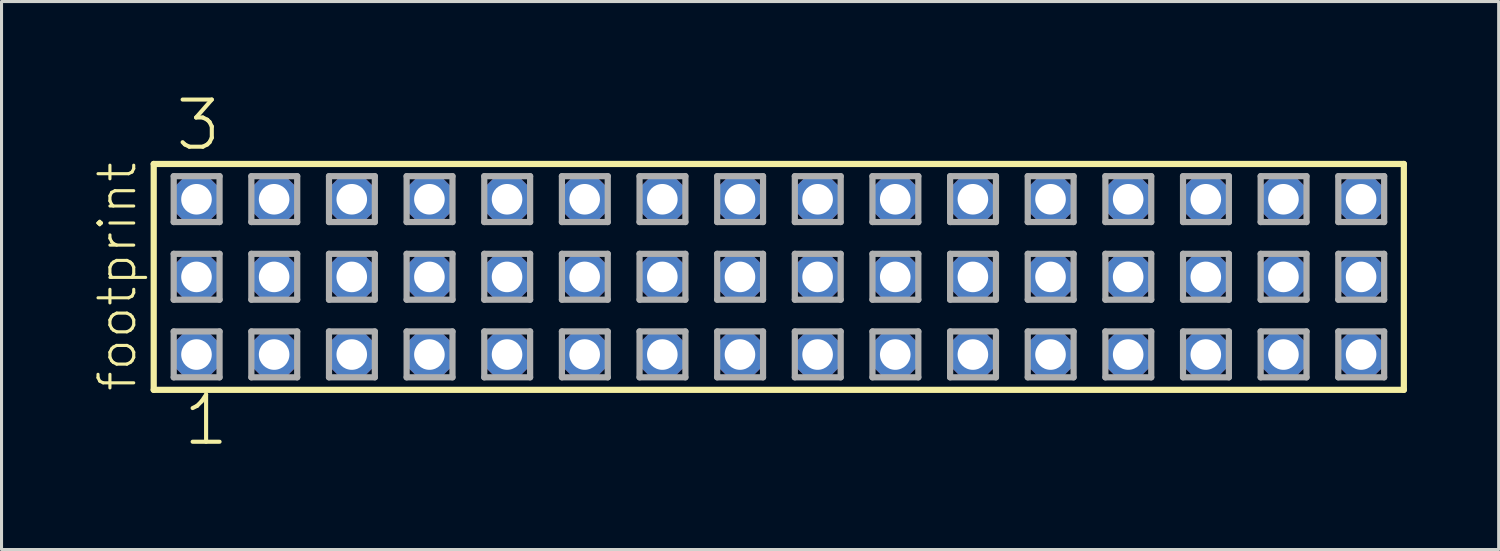
<source format=kicad_pcb>
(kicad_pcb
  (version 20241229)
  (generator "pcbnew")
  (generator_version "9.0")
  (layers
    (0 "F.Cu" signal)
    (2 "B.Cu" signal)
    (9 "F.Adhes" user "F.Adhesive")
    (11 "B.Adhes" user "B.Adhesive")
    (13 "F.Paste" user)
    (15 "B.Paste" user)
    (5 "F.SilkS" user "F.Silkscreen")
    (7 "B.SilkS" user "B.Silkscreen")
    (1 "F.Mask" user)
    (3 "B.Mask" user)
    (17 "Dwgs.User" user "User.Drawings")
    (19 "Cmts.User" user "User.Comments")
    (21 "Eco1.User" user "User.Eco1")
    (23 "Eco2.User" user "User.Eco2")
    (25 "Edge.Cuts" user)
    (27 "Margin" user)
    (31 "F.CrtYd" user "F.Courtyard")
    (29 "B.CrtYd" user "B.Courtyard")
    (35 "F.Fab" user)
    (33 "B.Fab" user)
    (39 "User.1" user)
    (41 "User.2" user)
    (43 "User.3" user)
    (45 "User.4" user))
  (footprint "footprint"
    (layer "F.Cu")
    (at 22.428 6.009)
    (property "Reference" "footprint" (at -20.955 3.81 90) (layer "F.SilkS") (effects (font (size 1.168 1.168) (thickness 0.102)) (justify left bottom)))
    (fp_line (start -20.449 -3.695) (end 20.449 -3.695) (stroke (width 0.203) (type solid)) (layer "F.SilkS"))
    (fp_line (start -20.449 3.695) (end -20.449 -3.695) (stroke (width 0.203) (type solid)) (layer "F.SilkS"))
    (fp_line (start 20.449 -3.695) (end 20.449 3.695) (stroke (width 0.203) (type solid)) (layer "F.SilkS"))
    (fp_line (start 20.449 3.695) (end -20.449 3.695) (stroke (width 0.203) (type solid)) (layer "F.SilkS"))
    (fp_line (start -19.795 -3.295) (end -18.295 -3.295) (stroke (width 0.203) (type solid)) (layer "F.Fab"))
    (fp_line (start -19.795 -1.795) (end -19.795 -3.295) (stroke (width 0.203) (type solid)) (layer "F.Fab"))
    (fp_line (start -19.795 -0.755) (end -18.295 -0.755) (stroke (width 0.203) (type solid)) (layer "F.Fab"))
    (fp_line (start -19.795 0.745) (end -19.795 -0.755) (stroke (width 0.203) (type solid)) (layer "F.Fab"))
    (fp_line (start -19.795 1.785) (end -18.295 1.785) (stroke (width 0.203) (type solid)) (layer "F.Fab"))
    (fp_line (start -19.795 3.285) (end -19.795 1.785) (stroke (width 0.203) (type solid)) (layer "F.Fab"))
    (fp_line (start -18.295 -3.295) (end -18.295 -1.795) (stroke (width 0.203) (type solid)) (layer "F.Fab"))
    (fp_line (start -18.295 -1.795) (end -19.795 -1.795) (stroke (width 0.203) (type solid)) (layer "F.Fab"))
    (fp_line (start -18.295 -0.755) (end -18.295 0.745) (stroke (width 0.203) (type solid)) (layer "F.Fab"))
    (fp_line (start -18.295 0.745) (end -19.795 0.745) (stroke (width 0.203) (type solid)) (layer "F.Fab"))
    (fp_line (start -18.295 1.785) (end -18.295 3.285) (stroke (width 0.203) (type solid)) (layer "F.Fab"))
    (fp_line (start -18.295 3.285) (end -19.795 3.285) (stroke (width 0.203) (type solid)) (layer "F.Fab"))
    (fp_line (start -17.255 -3.295) (end -15.755 -3.295) (stroke (width 0.203) (type solid)) (layer "F.Fab"))
    (fp_line (start -17.255 -1.795) (end -17.255 -3.295) (stroke (width 0.203) (type solid)) (layer "F.Fab"))
    (fp_line (start -17.255 -0.755) (end -15.755 -0.755) (stroke (width 0.203) (type solid)) (layer "F.Fab"))
    (fp_line (start -17.255 0.745) (end -17.255 -0.755) (stroke (width 0.203) (type solid)) (layer "F.Fab"))
    (fp_line (start -17.255 1.785) (end -15.755 1.785) (stroke (width 0.203) (type solid)) (layer "F.Fab"))
    (fp_line (start -17.255 3.285) (end -17.255 1.785) (stroke (width 0.203) (type solid)) (layer "F.Fab"))
    (fp_line (start -15.755 -3.295) (end -15.755 -1.795) (stroke (width 0.203) (type solid)) (layer "F.Fab"))
    (fp_line (start -15.755 -1.795) (end -17.255 -1.795) (stroke (width 0.203) (type solid)) (layer "F.Fab"))
    (fp_line (start -15.755 -0.755) (end -15.755 0.745) (stroke (width 0.203) (type solid)) (layer "F.Fab"))
    (fp_line (start -15.755 0.745) (end -17.255 0.745) (stroke (width 0.203) (type solid)) (layer "F.Fab"))
    (fp_line (start -15.755 1.785) (end -15.755 3.285) (stroke (width 0.203) (type solid)) (layer "F.Fab"))
    (fp_line (start -15.755 3.285) (end -17.255 3.285) (stroke (width 0.203) (type solid)) (layer "F.Fab"))
    (fp_line (start -14.715 -3.295) (end -13.215 -3.295) (stroke (width 0.203) (type solid)) (layer "F.Fab"))
    (fp_line (start -14.715 -1.795) (end -14.715 -3.295) (stroke (width 0.203) (type solid)) (layer "F.Fab"))
    (fp_line (start -14.715 -0.755) (end -13.215 -0.755) (stroke (width 0.203) (type solid)) (layer "F.Fab"))
    (fp_line (start -14.715 0.745) (end -14.715 -0.755) (stroke (width 0.203) (type solid)) (layer "F.Fab"))
    (fp_line (start -14.715 1.785) (end -13.215 1.785) (stroke (width 0.203) (type solid)) (layer "F.Fab"))
    (fp_line (start -14.715 3.285) (end -14.715 1.785) (stroke (width 0.203) (type solid)) (layer "F.Fab"))
    (fp_line (start -13.215 -3.295) (end -13.215 -1.795) (stroke (width 0.203) (type solid)) (layer "F.Fab"))
    (fp_line (start -13.215 -1.795) (end -14.715 -1.795) (stroke (width 0.203) (type solid)) (layer "F.Fab"))
    (fp_line (start -13.215 -0.755) (end -13.215 0.745) (stroke (width 0.203) (type solid)) (layer "F.Fab"))
    (fp_line (start -13.215 0.745) (end -14.715 0.745) (stroke (width 0.203) (type solid)) (layer "F.Fab"))
    (fp_line (start -13.215 1.785) (end -13.215 3.285) (stroke (width 0.203) (type solid)) (layer "F.Fab"))
    (fp_line (start -13.215 3.285) (end -14.715 3.285) (stroke (width 0.203) (type solid)) (layer "F.Fab"))
    (fp_line (start -12.175 -3.295) (end -10.675 -3.295) (stroke (width 0.203) (type solid)) (layer "F.Fab"))
    (fp_line (start -12.175 -1.795) (end -12.175 -3.295) (stroke (width 0.203) (type solid)) (layer "F.Fab"))
    (fp_line (start -12.175 -0.755) (end -10.675 -0.755) (stroke (width 0.203) (type solid)) (layer "F.Fab"))
    (fp_line (start -12.175 0.745) (end -12.175 -0.755) (stroke (width 0.203) (type solid)) (layer "F.Fab"))
    (fp_line (start -12.175 1.785) (end -10.675 1.785) (stroke (width 0.203) (type solid)) (layer "F.Fab"))
    (fp_line (start -12.175 3.285) (end -12.175 1.785) (stroke (width 0.203) (type solid)) (layer "F.Fab"))
    (fp_line (start -10.675 -3.295) (end -10.675 -1.795) (stroke (width 0.203) (type solid)) (layer "F.Fab"))
    (fp_line (start -10.675 -1.795) (end -12.175 -1.795) (stroke (width 0.203) (type solid)) (layer "F.Fab"))
    (fp_line (start -10.675 -0.755) (end -10.675 0.745) (stroke (width 0.203) (type solid)) (layer "F.Fab"))
    (fp_line (start -10.675 0.745) (end -12.175 0.745) (stroke (width 0.203) (type solid)) (layer "F.Fab"))
    (fp_line (start -10.675 1.785) (end -10.675 3.285) (stroke (width 0.203) (type solid)) (layer "F.Fab"))
    (fp_line (start -10.675 3.285) (end -12.175 3.285) (stroke (width 0.203) (type solid)) (layer "F.Fab"))
    (fp_line (start -9.635 -3.295) (end -8.135 -3.295) (stroke (width 0.203) (type solid)) (layer "F.Fab"))
    (fp_line (start -9.635 -1.795) (end -9.635 -3.295) (stroke (width 0.203) (type solid)) (layer "F.Fab"))
    (fp_line (start -9.635 -0.755) (end -8.135 -0.755) (stroke (width 0.203) (type solid)) (layer "F.Fab"))
    (fp_line (start -9.635 0.745) (end -9.635 -0.755) (stroke (width 0.203) (type solid)) (layer "F.Fab"))
    (fp_line (start -9.635 1.785) (end -8.135 1.785) (stroke (width 0.203) (type solid)) (layer "F.Fab"))
    (fp_line (start -9.635 3.285) (end -9.635 1.785) (stroke (width 0.203) (type solid)) (layer "F.Fab"))
    (fp_line (start -8.135 -3.295) (end -8.135 -1.795) (stroke (width 0.203) (type solid)) (layer "F.Fab"))
    (fp_line (start -8.135 -1.795) (end -9.635 -1.795) (stroke (width 0.203) (type solid)) (layer "F.Fab"))
    (fp_line (start -8.135 -0.755) (end -8.135 0.745) (stroke (width 0.203) (type solid)) (layer "F.Fab"))
    (fp_line (start -8.135 0.745) (end -9.635 0.745) (stroke (width 0.203) (type solid)) (layer "F.Fab"))
    (fp_line (start -8.135 1.785) (end -8.135 3.285) (stroke (width 0.203) (type solid)) (layer "F.Fab"))
    (fp_line (start -8.135 3.285) (end -9.635 3.285) (stroke (width 0.203) (type solid)) (layer "F.Fab"))
    (fp_line (start -7.095 -3.295) (end -5.595 -3.295) (stroke (width 0.203) (type solid)) (layer "F.Fab"))
    (fp_line (start -7.095 -1.795) (end -7.095 -3.295) (stroke (width 0.203) (type solid)) (layer "F.Fab"))
    (fp_line (start -7.095 -0.755) (end -5.595 -0.755) (stroke (width 0.203) (type solid)) (layer "F.Fab"))
    (fp_line (start -7.095 0.745) (end -7.095 -0.755) (stroke (width 0.203) (type solid)) (layer "F.Fab"))
    (fp_line (start -7.095 1.785) (end -5.595 1.785) (stroke (width 0.203) (type solid)) (layer "F.Fab"))
    (fp_line (start -7.095 3.285) (end -7.095 1.785) (stroke (width 0.203) (type solid)) (layer "F.Fab"))
    (fp_line (start -5.595 -3.295) (end -5.595 -1.795) (stroke (width 0.203) (type solid)) (layer "F.Fab"))
    (fp_line (start -5.595 -1.795) (end -7.095 -1.795) (stroke (width 0.203) (type solid)) (layer "F.Fab"))
    (fp_line (start -5.595 -0.755) (end -5.595 0.745) (stroke (width 0.203) (type solid)) (layer "F.Fab"))
    (fp_line (start -5.595 0.745) (end -7.095 0.745) (stroke (width 0.203) (type solid)) (layer "F.Fab"))
    (fp_line (start -5.595 1.785) (end -5.595 3.285) (stroke (width 0.203) (type solid)) (layer "F.Fab"))
    (fp_line (start -5.595 3.285) (end -7.095 3.285) (stroke (width 0.203) (type solid)) (layer "F.Fab"))
    (fp_line (start -4.555 -3.295) (end -3.055 -3.295) (stroke (width 0.203) (type solid)) (layer "F.Fab"))
    (fp_line (start -4.555 -1.795) (end -4.555 -3.295) (stroke (width 0.203) (type solid)) (layer "F.Fab"))
    (fp_line (start -4.555 -0.755) (end -3.055 -0.755) (stroke (width 0.203) (type solid)) (layer "F.Fab"))
    (fp_line (start -4.555 0.745) (end -4.555 -0.755) (stroke (width 0.203) (type solid)) (layer "F.Fab"))
    (fp_line (start -4.555 1.785) (end -3.055 1.785) (stroke (width 0.203) (type solid)) (layer "F.Fab"))
    (fp_line (start -4.555 3.285) (end -4.555 1.785) (stroke (width 0.203) (type solid)) (layer "F.Fab"))
    (fp_line (start -3.055 -3.295) (end -3.055 -1.795) (stroke (width 0.203) (type solid)) (layer "F.Fab"))
    (fp_line (start -3.055 -1.795) (end -4.555 -1.795) (stroke (width 0.203) (type solid)) (layer "F.Fab"))
    (fp_line (start -3.055 -0.755) (end -3.055 0.745) (stroke (width 0.203) (type solid)) (layer "F.Fab"))
    (fp_line (start -3.055 0.745) (end -4.555 0.745) (stroke (width 0.203) (type solid)) (layer "F.Fab"))
    (fp_line (start -3.055 1.785) (end -3.055 3.285) (stroke (width 0.203) (type solid)) (layer "F.Fab"))
    (fp_line (start -3.055 3.285) (end -4.555 3.285) (stroke (width 0.203) (type solid)) (layer "F.Fab"))
    (fp_line (start -2.015 -3.295) (end -0.515 -3.295) (stroke (width 0.203) (type solid)) (layer "F.Fab"))
    (fp_line (start -2.015 -1.795) (end -2.015 -3.295) (stroke (width 0.203) (type solid)) (layer "F.Fab"))
    (fp_line (start -2.015 -0.755) (end -0.515 -0.755) (stroke (width 0.203) (type solid)) (layer "F.Fab"))
    (fp_line (start -2.015 0.745) (end -2.015 -0.755) (stroke (width 0.203) (type solid)) (layer "F.Fab"))
    (fp_line (start -2.015 1.785) (end -0.515 1.785) (stroke (width 0.203) (type solid)) (layer "F.Fab"))
    (fp_line (start -2.015 3.285) (end -2.015 1.785) (stroke (width 0.203) (type solid)) (layer "F.Fab"))
    (fp_line (start -0.515 -3.295) (end -0.515 -1.795) (stroke (width 0.203) (type solid)) (layer "F.Fab"))
    (fp_line (start -0.515 -1.795) (end -2.015 -1.795) (stroke (width 0.203) (type solid)) (layer "F.Fab"))
    (fp_line (start -0.515 -0.755) (end -0.515 0.745) (stroke (width 0.203) (type solid)) (layer "F.Fab"))
    (fp_line (start -0.515 0.745) (end -2.015 0.745) (stroke (width 0.203) (type solid)) (layer "F.Fab"))
    (fp_line (start -0.515 1.785) (end -0.515 3.285) (stroke (width 0.203) (type solid)) (layer "F.Fab"))
    (fp_line (start -0.515 3.285) (end -2.015 3.285) (stroke (width 0.203) (type solid)) (layer "F.Fab"))
    (fp_line (start 0.525 -3.295) (end 2.025 -3.295) (stroke (width 0.203) (type solid)) (layer "F.Fab"))
    (fp_line (start 0.525 -1.795) (end 0.525 -3.295) (stroke (width 0.203) (type solid)) (layer "F.Fab"))
    (fp_line (start 0.525 -0.755) (end 2.025 -0.755) (stroke (width 0.203) (type solid)) (layer "F.Fab"))
    (fp_line (start 0.525 0.745) (end 0.525 -0.755) (stroke (width 0.203) (type solid)) (layer "F.Fab"))
    (fp_line (start 0.525 1.785) (end 2.025 1.785) (stroke (width 0.203) (type solid)) (layer "F.Fab"))
    (fp_line (start 0.525 3.285) (end 0.525 1.785) (stroke (width 0.203) (type solid)) (layer "F.Fab"))
    (fp_line (start 2.025 -3.295) (end 2.025 -1.795) (stroke (width 0.203) (type solid)) (layer "F.Fab"))
    (fp_line (start 2.025 -1.795) (end 0.525 -1.795) (stroke (width 0.203) (type solid)) (layer "F.Fab"))
    (fp_line (start 2.025 -0.755) (end 2.025 0.745) (stroke (width 0.203) (type solid)) (layer "F.Fab"))
    (fp_line (start 2.025 0.745) (end 0.525 0.745) (stroke (width 0.203) (type solid)) (layer "F.Fab"))
    (fp_line (start 2.025 1.785) (end 2.025 3.285) (stroke (width 0.203) (type solid)) (layer "F.Fab"))
    (fp_line (start 2.025 3.285) (end 0.525 3.285) (stroke (width 0.203) (type solid)) (layer "F.Fab"))
    (fp_line (start 3.065 -3.295) (end 4.565 -3.295) (stroke (width 0.203) (type solid)) (layer "F.Fab"))
    (fp_line (start 3.065 -1.795) (end 3.065 -3.295) (stroke (width 0.203) (type solid)) (layer "F.Fab"))
    (fp_line (start 3.065 -0.755) (end 4.565 -0.755) (stroke (width 0.203) (type solid)) (layer "F.Fab"))
    (fp_line (start 3.065 0.745) (end 3.065 -0.755) (stroke (width 0.203) (type solid)) (layer "F.Fab"))
    (fp_line (start 3.065 1.785) (end 4.565 1.785) (stroke (width 0.203) (type solid)) (layer "F.Fab"))
    (fp_line (start 3.065 3.285) (end 3.065 1.785) (stroke (width 0.203) (type solid)) (layer "F.Fab"))
    (fp_line (start 4.565 -3.295) (end 4.565 -1.795) (stroke (width 0.203) (type solid)) (layer "F.Fab"))
    (fp_line (start 4.565 -1.795) (end 3.065 -1.795) (stroke (width 0.203) (type solid)) (layer "F.Fab"))
    (fp_line (start 4.565 -0.755) (end 4.565 0.745) (stroke (width 0.203) (type solid)) (layer "F.Fab"))
    (fp_line (start 4.565 0.745) (end 3.065 0.745) (stroke (width 0.203) (type solid)) (layer "F.Fab"))
    (fp_line (start 4.565 1.785) (end 4.565 3.285) (stroke (width 0.203) (type solid)) (layer "F.Fab"))
    (fp_line (start 4.565 3.285) (end 3.065 3.285) (stroke (width 0.203) (type solid)) (layer "F.Fab"))
    (fp_line (start 5.605 -3.295) (end 7.105 -3.295) (stroke (width 0.203) (type solid)) (layer "F.Fab"))
    (fp_line (start 5.605 -1.795) (end 5.605 -3.295) (stroke (width 0.203) (type solid)) (layer "F.Fab"))
    (fp_line (start 5.605 -0.755) (end 7.105 -0.755) (stroke (width 0.203) (type solid)) (layer "F.Fab"))
    (fp_line (start 5.605 0.745) (end 5.605 -0.755) (stroke (width 0.203) (type solid)) (layer "F.Fab"))
    (fp_line (start 5.605 1.785) (end 7.105 1.785) (stroke (width 0.203) (type solid)) (layer "F.Fab"))
    (fp_line (start 5.605 3.285) (end 5.605 1.785) (stroke (width 0.203) (type solid)) (layer "F.Fab"))
    (fp_line (start 7.105 -3.295) (end 7.105 -1.795) (stroke (width 0.203) (type solid)) (layer "F.Fab"))
    (fp_line (start 7.105 -1.795) (end 5.605 -1.795) (stroke (width 0.203) (type solid)) (layer "F.Fab"))
    (fp_line (start 7.105 -0.755) (end 7.105 0.745) (stroke (width 0.203) (type solid)) (layer "F.Fab"))
    (fp_line (start 7.105 0.745) (end 5.605 0.745) (stroke (width 0.203) (type solid)) (layer "F.Fab"))
    (fp_line (start 7.105 1.785) (end 7.105 3.285) (stroke (width 0.203) (type solid)) (layer "F.Fab"))
    (fp_line (start 7.105 3.285) (end 5.605 3.285) (stroke (width 0.203) (type solid)) (layer "F.Fab"))
    (fp_line (start 8.145 -3.295) (end 9.645 -3.295) (stroke (width 0.203) (type solid)) (layer "F.Fab"))
    (fp_line (start 8.145 -1.795) (end 8.145 -3.295) (stroke (width 0.203) (type solid)) (layer "F.Fab"))
    (fp_line (start 8.145 -0.755) (end 9.645 -0.755) (stroke (width 0.203) (type solid)) (layer "F.Fab"))
    (fp_line (start 8.145 0.745) (end 8.145 -0.755) (stroke (width 0.203) (type solid)) (layer "F.Fab"))
    (fp_line (start 8.145 1.785) (end 9.645 1.785) (stroke (width 0.203) (type solid)) (layer "F.Fab"))
    (fp_line (start 8.145 3.285) (end 8.145 1.785) (stroke (width 0.203) (type solid)) (layer "F.Fab"))
    (fp_line (start 9.645 -3.295) (end 9.645 -1.795) (stroke (width 0.203) (type solid)) (layer "F.Fab"))
    (fp_line (start 9.645 -1.795) (end 8.145 -1.795) (stroke (width 0.203) (type solid)) (layer "F.Fab"))
    (fp_line (start 9.645 -0.755) (end 9.645 0.745) (stroke (width 0.203) (type solid)) (layer "F.Fab"))
    (fp_line (start 9.645 0.745) (end 8.145 0.745) (stroke (width 0.203) (type solid)) (layer "F.Fab"))
    (fp_line (start 9.645 1.785) (end 9.645 3.285) (stroke (width 0.203) (type solid)) (layer "F.Fab"))
    (fp_line (start 9.645 3.285) (end 8.145 3.285) (stroke (width 0.203) (type solid)) (layer "F.Fab"))
    (fp_line (start 10.685 -3.295) (end 12.185 -3.295) (stroke (width 0.203) (type solid)) (layer "F.Fab"))
    (fp_line (start 10.685 -1.795) (end 10.685 -3.295) (stroke (width 0.203) (type solid)) (layer "F.Fab"))
    (fp_line (start 10.685 -0.755) (end 12.185 -0.755) (stroke (width 0.203) (type solid)) (layer "F.Fab"))
    (fp_line (start 10.685 0.745) (end 10.685 -0.755) (stroke (width 0.203) (type solid)) (layer "F.Fab"))
    (fp_line (start 10.685 1.785) (end 12.185 1.785) (stroke (width 0.203) (type solid)) (layer "F.Fab"))
    (fp_line (start 10.685 3.285) (end 10.685 1.785) (stroke (width 0.203) (type solid)) (layer "F.Fab"))
    (fp_line (start 12.185 -3.295) (end 12.185 -1.795) (stroke (width 0.203) (type solid)) (layer "F.Fab"))
    (fp_line (start 12.185 -1.795) (end 10.685 -1.795) (stroke (width 0.203) (type solid)) (layer "F.Fab"))
    (fp_line (start 12.185 -0.755) (end 12.185 0.745) (stroke (width 0.203) (type solid)) (layer "F.Fab"))
    (fp_line (start 12.185 0.745) (end 10.685 0.745) (stroke (width 0.203) (type solid)) (layer "F.Fab"))
    (fp_line (start 12.185 1.785) (end 12.185 3.285) (stroke (width 0.203) (type solid)) (layer "F.Fab"))
    (fp_line (start 12.185 3.285) (end 10.685 3.285) (stroke (width 0.203) (type solid)) (layer "F.Fab"))
    (fp_line (start 13.225 -3.295) (end 14.725 -3.295) (stroke (width 0.203) (type solid)) (layer "F.Fab"))
    (fp_line (start 13.225 -1.795) (end 13.225 -3.295) (stroke (width 0.203) (type solid)) (layer "F.Fab"))
    (fp_line (start 13.225 -0.755) (end 14.725 -0.755) (stroke (width 0.203) (type solid)) (layer "F.Fab"))
    (fp_line (start 13.225 0.745) (end 13.225 -0.755) (stroke (width 0.203) (type solid)) (layer "F.Fab"))
    (fp_line (start 13.225 1.785) (end 14.725 1.785) (stroke (width 0.203) (type solid)) (layer "F.Fab"))
    (fp_line (start 13.225 3.285) (end 13.225 1.785) (stroke (width 0.203) (type solid)) (layer "F.Fab"))
    (fp_line (start 14.725 -3.295) (end 14.725 -1.795) (stroke (width 0.203) (type solid)) (layer "F.Fab"))
    (fp_line (start 14.725 -1.795) (end 13.225 -1.795) (stroke (width 0.203) (type solid)) (layer "F.Fab"))
    (fp_line (start 14.725 -0.755) (end 14.725 0.745) (stroke (width 0.203) (type solid)) (layer "F.Fab"))
    (fp_line (start 14.725 0.745) (end 13.225 0.745) (stroke (width 0.203) (type solid)) (layer "F.Fab"))
    (fp_line (start 14.725 1.785) (end 14.725 3.285) (stroke (width 0.203) (type solid)) (layer "F.Fab"))
    (fp_line (start 14.725 3.285) (end 13.225 3.285) (stroke (width 0.203) (type solid)) (layer "F.Fab"))
    (fp_line (start 15.765 -3.295) (end 17.265 -3.295) (stroke (width 0.203) (type solid)) (layer "F.Fab"))
    (fp_line (start 15.765 -1.795) (end 15.765 -3.295) (stroke (width 0.203) (type solid)) (layer "F.Fab"))
    (fp_line (start 15.765 -0.755) (end 17.265 -0.755) (stroke (width 0.203) (type solid)) (layer "F.Fab"))
    (fp_line (start 15.765 0.745) (end 15.765 -0.755) (stroke (width 0.203) (type solid)) (layer "F.Fab"))
    (fp_line (start 15.765 1.785) (end 17.265 1.785) (stroke (width 0.203) (type solid)) (layer "F.Fab"))
    (fp_line (start 15.765 3.285) (end 15.765 1.785) (stroke (width 0.203) (type solid)) (layer "F.Fab"))
    (fp_line (start 17.265 -3.295) (end 17.265 -1.795) (stroke (width 0.203) (type solid)) (layer "F.Fab"))
    (fp_line (start 17.265 -1.795) (end 15.765 -1.795) (stroke (width 0.203) (type solid)) (layer "F.Fab"))
    (fp_line (start 17.265 -0.755) (end 17.265 0.745) (stroke (width 0.203) (type solid)) (layer "F.Fab"))
    (fp_line (start 17.265 0.745) (end 15.765 0.745) (stroke (width 0.203) (type solid)) (layer "F.Fab"))
    (fp_line (start 17.265 1.785) (end 17.265 3.285) (stroke (width 0.203) (type solid)) (layer "F.Fab"))
    (fp_line (start 17.265 3.285) (end 15.765 3.285) (stroke (width 0.203) (type solid)) (layer "F.Fab"))
    (fp_line (start 18.305 -3.295) (end 19.805 -3.295) (stroke (width 0.203) (type solid)) (layer "F.Fab"))
    (fp_line (start 18.305 -1.795) (end 18.305 -3.295) (stroke (width 0.203) (type solid)) (layer "F.Fab"))
    (fp_line (start 18.305 -0.755) (end 19.805 -0.755) (stroke (width 0.203) (type solid)) (layer "F.Fab"))
    (fp_line (start 18.305 0.745) (end 18.305 -0.755) (stroke (width 0.203) (type solid)) (layer "F.Fab"))
    (fp_line (start 18.305 1.785) (end 19.805 1.785) (stroke (width 0.203) (type solid)) (layer "F.Fab"))
    (fp_line (start 18.305 3.285) (end 18.305 1.785) (stroke (width 0.203) (type solid)) (layer "F.Fab"))
    (fp_line (start 19.805 -3.295) (end 19.805 -1.795) (stroke (width 0.203) (type solid)) (layer "F.Fab"))
    (fp_line (start 19.805 -1.795) (end 18.305 -1.795) (stroke (width 0.203) (type solid)) (layer "F.Fab"))
    (fp_line (start 19.805 -0.755) (end 19.805 0.745) (stroke (width 0.203) (type solid)) (layer "F.Fab"))
    (fp_line (start 19.805 0.745) (end 18.305 0.745) (stroke (width 0.203) (type solid)) (layer "F.Fab"))
    (fp_line (start 19.805 1.785) (end 19.805 3.285) (stroke (width 0.203) (type solid)) (layer "F.Fab"))
    (fp_line (start 19.805 3.285) (end 18.305 3.285) (stroke (width 0.203) (type solid)) (layer "F.Fab"))
    (fp_text user "3" (at -19.812 -4.064 0) (layer "F.SilkS") (effects (font (size 1.542 1.542) (thickness 0.134)) (justify left bottom)))
    (fp_text user "1" (at -19.558 5.588 0) (layer "F.SilkS") (effects (font (size 1.542 1.542) (thickness 0.134)) (justify left bottom)))
    (pad "1" thru_hole roundrect (at -19.05 2.54) (size 1.5 1.5) (drill 1) (layers "*.Cu" "*.Mask") (roundrect_rratio 0.25) (chamfer_ratio 0.25) (chamfer top_left top_right bottom_left bottom_right))
    (pad "2" thru_hole roundrect (at -19.05 0) (size 1.5 1.5) (drill 1) (layers "*.Cu" "*.Mask") (roundrect_rratio 0.25) (chamfer_ratio 0.25) (chamfer top_left top_right bottom_left bottom_right))
    (pad "3" thru_hole roundrect (at -19.05 -2.54) (size 1.5 1.5) (drill 1) (layers "*.Cu" "*.Mask") (roundrect_rratio 0.25) (chamfer_ratio 0.25) (chamfer top_left top_right bottom_left bottom_right))
    (pad "4" thru_hole roundrect (at -16.51 2.54) (size 1.5 1.5) (drill 1) (layers "*.Cu" "*.Mask") (roundrect_rratio 0.25) (chamfer_ratio 0.25) (chamfer top_left top_right bottom_left bottom_right))
    (pad "5" thru_hole roundrect (at -16.51 0) (size 1.5 1.5) (drill 1) (layers "*.Cu" "*.Mask") (roundrect_rratio 0.25) (chamfer_ratio 0.25) (chamfer top_left top_right bottom_left bottom_right))
    (pad "6" thru_hole roundrect (at -16.51 -2.54) (size 1.5 1.5) (drill 1) (layers "*.Cu" "*.Mask") (roundrect_rratio 0.25) (chamfer_ratio 0.25) (chamfer top_left top_right bottom_left bottom_right))
    (pad "7" thru_hole roundrect (at -13.97 2.54) (size 1.5 1.5) (drill 1) (layers "*.Cu" "*.Mask") (roundrect_rratio 0.25) (chamfer_ratio 0.25) (chamfer top_left top_right bottom_left bottom_right))
    (pad "8" thru_hole roundrect (at -13.97 0) (size 1.5 1.5) (drill 1) (layers "*.Cu" "*.Mask") (roundrect_rratio 0.25) (chamfer_ratio 0.25) (chamfer top_left top_right bottom_left bottom_right))
    (pad "9" thru_hole roundrect (at -13.97 -2.54) (size 1.5 1.5) (drill 1) (layers "*.Cu" "*.Mask") (roundrect_rratio 0.25) (chamfer_ratio 0.25) (chamfer top_left top_right bottom_left bottom_right))
    (pad "10" thru_hole roundrect (at -11.43 2.54) (size 1.5 1.5) (drill 1) (layers "*.Cu" "*.Mask") (roundrect_rratio 0.25) (chamfer_ratio 0.25) (chamfer top_left top_right bottom_left bottom_right))
    (pad "11" thru_hole roundrect (at -11.43 0) (size 1.5 1.5) (drill 1) (layers "*.Cu" "*.Mask") (roundrect_rratio 0.25) (chamfer_ratio 0.25) (chamfer top_left top_right bottom_left bottom_right))
    (pad "12" thru_hole roundrect (at -11.43 -2.54) (size 1.5 1.5) (drill 1) (layers "*.Cu" "*.Mask") (roundrect_rratio 0.25) (chamfer_ratio 0.25) (chamfer top_left top_right bottom_left bottom_right))
    (pad "13" thru_hole roundrect (at -8.89 2.54) (size 1.5 1.5) (drill 1) (layers "*.Cu" "*.Mask") (roundrect_rratio 0.25) (chamfer_ratio 0.25) (chamfer top_left top_right bottom_left bottom_right))
    (pad "14" thru_hole roundrect (at -8.89 0) (size 1.5 1.5) (drill 1) (layers "*.Cu" "*.Mask") (roundrect_rratio 0.25) (chamfer_ratio 0.25) (chamfer top_left top_right bottom_left bottom_right))
    (pad "15" thru_hole roundrect (at -8.89 -2.54) (size 1.5 1.5) (drill 1) (layers "*.Cu" "*.Mask") (roundrect_rratio 0.25) (chamfer_ratio 0.25) (chamfer top_left top_right bottom_left bottom_right))
    (pad "16" thru_hole roundrect (at -6.35 2.54) (size 1.5 1.5) (drill 1) (layers "*.Cu" "*.Mask") (roundrect_rratio 0.25) (chamfer_ratio 0.25) (chamfer top_left top_right bottom_left bottom_right))
    (pad "17" thru_hole roundrect (at -6.35 0) (size 1.5 1.5) (drill 1) (layers "*.Cu" "*.Mask") (roundrect_rratio 0.25) (chamfer_ratio 0.25) (chamfer top_left top_right bottom_left bottom_right))
    (pad "18" thru_hole roundrect (at -6.35 -2.54) (size 1.5 1.5) (drill 1) (layers "*.Cu" "*.Mask") (roundrect_rratio 0.25) (chamfer_ratio 0.25) (chamfer top_left top_right bottom_left bottom_right))
    (pad "19" thru_hole roundrect (at -3.81 2.54) (size 1.5 1.5) (drill 1) (layers "*.Cu" "*.Mask") (roundrect_rratio 0.25) (chamfer_ratio 0.25) (chamfer top_left top_right bottom_left bottom_right))
    (pad "20" thru_hole roundrect (at -3.81 0) (size 1.5 1.5) (drill 1) (layers "*.Cu" "*.Mask") (roundrect_rratio 0.25) (chamfer_ratio 0.25) (chamfer top_left top_right bottom_left bottom_right))
    (pad "21" thru_hole roundrect (at -3.81 -2.54) (size 1.5 1.5) (drill 1) (layers "*.Cu" "*.Mask") (roundrect_rratio 0.25) (chamfer_ratio 0.25) (chamfer top_left top_right bottom_left bottom_right))
    (pad "22" thru_hole roundrect (at -1.27 2.54) (size 1.5 1.5) (drill 1) (layers "*.Cu" "*.Mask") (roundrect_rratio 0.25) (chamfer_ratio 0.25) (chamfer top_left top_right bottom_left bottom_right))
    (pad "23" thru_hole roundrect (at -1.27 0) (size 1.5 1.5) (drill 1) (layers "*.Cu" "*.Mask") (roundrect_rratio 0.25) (chamfer_ratio 0.25) (chamfer top_left top_right bottom_left bottom_right))
    (pad "24" thru_hole roundrect (at -1.27 -2.54) (size 1.5 1.5) (drill 1) (layers "*.Cu" "*.Mask") (roundrect_rratio 0.25) (chamfer_ratio 0.25) (chamfer top_left top_right bottom_left bottom_right))
    (pad "25" thru_hole roundrect (at 1.27 2.54) (size 1.5 1.5) (drill 1) (layers "*.Cu" "*.Mask") (roundrect_rratio 0.25) (chamfer_ratio 0.25) (chamfer top_left top_right bottom_left bottom_right))
    (pad "26" thru_hole roundrect (at 1.27 0) (size 1.5 1.5) (drill 1) (layers "*.Cu" "*.Mask") (roundrect_rratio 0.25) (chamfer_ratio 0.25) (chamfer top_left top_right bottom_left bottom_right))
    (pad "27" thru_hole roundrect (at 1.27 -2.54) (size 1.5 1.5) (drill 1) (layers "*.Cu" "*.Mask") (roundrect_rratio 0.25) (chamfer_ratio 0.25) (chamfer top_left top_right bottom_left bottom_right))
    (pad "28" thru_hole roundrect (at 3.81 2.54) (size 1.5 1.5) (drill 1) (layers "*.Cu" "*.Mask") (roundrect_rratio 0.25) (chamfer_ratio 0.25) (chamfer top_left top_right bottom_left bottom_right))
    (pad "29" thru_hole roundrect (at 3.81 0) (size 1.5 1.5) (drill 1) (layers "*.Cu" "*.Mask") (roundrect_rratio 0.25) (chamfer_ratio 0.25) (chamfer top_left top_right bottom_left bottom_right))
    (pad "30" thru_hole roundrect (at 3.81 -2.54) (size 1.5 1.5) (drill 1) (layers "*.Cu" "*.Mask") (roundrect_rratio 0.25) (chamfer_ratio 0.25) (chamfer top_left top_right bottom_left bottom_right))
    (pad "31" thru_hole roundrect (at 6.35 2.54) (size 1.5 1.5) (drill 1) (layers "*.Cu" "*.Mask") (roundrect_rratio 0.25) (chamfer_ratio 0.25) (chamfer top_left top_right bottom_left bottom_right))
    (pad "32" thru_hole roundrect (at 6.35 0) (size 1.5 1.5) (drill 1) (layers "*.Cu" "*.Mask") (roundrect_rratio 0.25) (chamfer_ratio 0.25) (chamfer top_left top_right bottom_left bottom_right))
    (pad "33" thru_hole roundrect (at 6.35 -2.54) (size 1.5 1.5) (drill 1) (layers "*.Cu" "*.Mask") (roundrect_rratio 0.25) (chamfer_ratio 0.25) (chamfer top_left top_right bottom_left bottom_right))
    (pad "34" thru_hole roundrect (at 8.89 2.54) (size 1.5 1.5) (drill 1) (layers "*.Cu" "*.Mask") (roundrect_rratio 0.25) (chamfer_ratio 0.25) (chamfer top_left top_right bottom_left bottom_right))
    (pad "35" thru_hole roundrect (at 8.89 0) (size 1.5 1.5) (drill 1) (layers "*.Cu" "*.Mask") (roundrect_rratio 0.25) (chamfer_ratio 0.25) (chamfer top_left top_right bottom_left bottom_right))
    (pad "36" thru_hole roundrect (at 8.89 -2.54) (size 1.5 1.5) (drill 1) (layers "*.Cu" "*.Mask") (roundrect_rratio 0.25) (chamfer_ratio 0.25) (chamfer top_left top_right bottom_left bottom_right))
    (pad "37" thru_hole roundrect (at 11.43 2.54) (size 1.5 1.5) (drill 1) (layers "*.Cu" "*.Mask") (roundrect_rratio 0.25) (chamfer_ratio 0.25) (chamfer top_left top_right bottom_left bottom_right))
    (pad "38" thru_hole roundrect (at 11.43 0) (size 1.5 1.5) (drill 1) (layers "*.Cu" "*.Mask") (roundrect_rratio 0.25) (chamfer_ratio 0.25) (chamfer top_left top_right bottom_left bottom_right))
    (pad "39" thru_hole roundrect (at 11.43 -2.54) (size 1.5 1.5) (drill 1) (layers "*.Cu" "*.Mask") (roundrect_rratio 0.25) (chamfer_ratio 0.25) (chamfer top_left top_right bottom_left bottom_right))
    (pad "40" thru_hole roundrect (at 13.97 2.54) (size 1.5 1.5) (drill 1) (layers "*.Cu" "*.Mask") (roundrect_rratio 0.25) (chamfer_ratio 0.25) (chamfer top_left top_right bottom_left bottom_right))
    (pad "41" thru_hole roundrect (at 13.97 0) (size 1.5 1.5) (drill 1) (layers "*.Cu" "*.Mask") (roundrect_rratio 0.25) (chamfer_ratio 0.25) (chamfer top_left top_right bottom_left bottom_right))
    (pad "42" thru_hole roundrect (at 13.97 -2.54) (size 1.5 1.5) (drill 1) (layers "*.Cu" "*.Mask") (roundrect_rratio 0.25) (chamfer_ratio 0.25) (chamfer top_left top_right bottom_left bottom_right))
    (pad "43" thru_hole roundrect (at 16.51 2.54) (size 1.5 1.5) (drill 1) (layers "*.Cu" "*.Mask") (roundrect_rratio 0.25) (chamfer_ratio 0.25) (chamfer top_left top_right bottom_left bottom_right))
    (pad "44" thru_hole roundrect (at 16.51 0) (size 1.5 1.5) (drill 1) (layers "*.Cu" "*.Mask") (roundrect_rratio 0.25) (chamfer_ratio 0.25) (chamfer top_left top_right bottom_left bottom_right))
    (pad "45" thru_hole roundrect (at 16.51 -2.54) (size 1.5 1.5) (drill 1) (layers "*.Cu" "*.Mask") (roundrect_rratio 0.25) (chamfer_ratio 0.25) (chamfer top_left top_right bottom_left bottom_right))
    (pad "46" thru_hole roundrect (at 19.05 2.54) (size 1.5 1.5) (drill 1) (layers "*.Cu" "*.Mask") (roundrect_rratio 0.25) (chamfer_ratio 0.25) (chamfer top_left top_right bottom_left bottom_right))
    (pad "47" thru_hole roundrect (at 19.05 0) (size 1.5 1.5) (drill 1) (layers "*.Cu" "*.Mask") (roundrect_rratio 0.25) (chamfer_ratio 0.25) (chamfer top_left top_right bottom_left bottom_right))
    (pad "48" thru_hole roundrect (at 19.05 -2.54) (size 1.5 1.5) (drill 1) (layers "*.Cu" "*.Mask") (roundrect_rratio 0.25) (chamfer_ratio 0.25) (chamfer top_left top_right bottom_left bottom_right)))
  (gr_rect
    (start -3 -3)
    (end 45.979 14.927)
    (stroke (width 0.1) (type default))
    (fill no)
    (layer "Edge.Cuts")))
</source>
